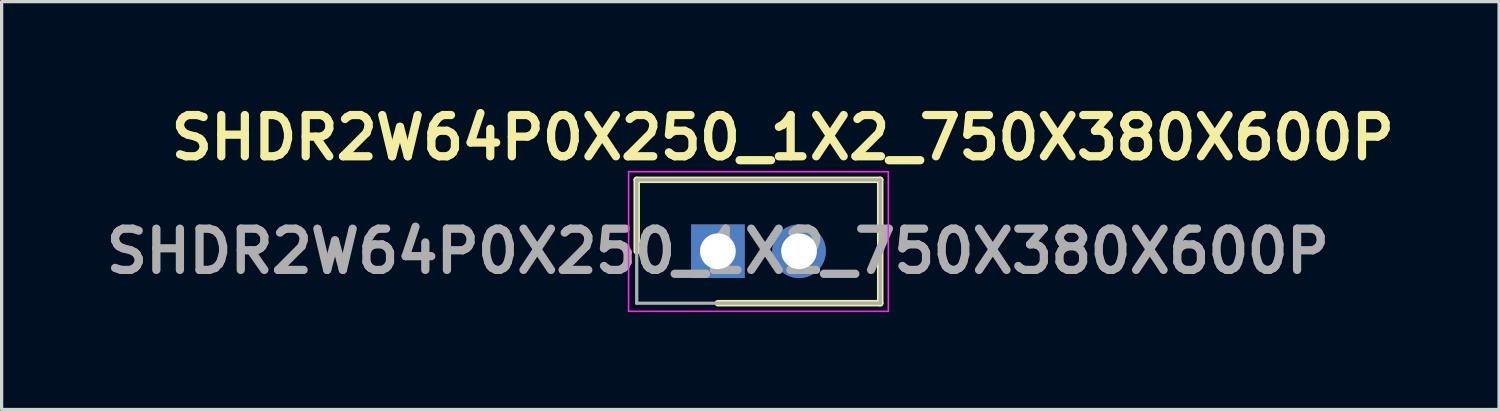
<source format=kicad_pcb>
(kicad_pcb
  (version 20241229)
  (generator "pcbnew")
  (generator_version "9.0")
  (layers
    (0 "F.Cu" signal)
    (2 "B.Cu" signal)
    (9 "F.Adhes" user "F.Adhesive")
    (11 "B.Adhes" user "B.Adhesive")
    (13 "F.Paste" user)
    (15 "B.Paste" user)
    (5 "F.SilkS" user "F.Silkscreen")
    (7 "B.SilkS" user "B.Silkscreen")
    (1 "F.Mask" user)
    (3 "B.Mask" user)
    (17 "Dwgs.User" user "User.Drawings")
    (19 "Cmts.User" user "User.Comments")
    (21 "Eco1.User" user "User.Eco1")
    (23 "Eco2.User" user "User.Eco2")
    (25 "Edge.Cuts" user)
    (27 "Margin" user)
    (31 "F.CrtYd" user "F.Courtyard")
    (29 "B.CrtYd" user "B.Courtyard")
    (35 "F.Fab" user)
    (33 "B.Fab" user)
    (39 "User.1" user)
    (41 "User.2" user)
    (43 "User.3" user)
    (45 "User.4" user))
  (footprint "SHDR2W64P0X250_1X2_750X380X600P"
    (layer "F.Cu")
    (at 19.062 4.689)
    (property "Reference" "SHDR2W64P0X250_1X2_750X380X600P" (at 2 -3.5 0) (layer "F.SilkS") (effects (font (size 1.27 1.27) (thickness 0.254))))
    (attr through_hole)
    (fp_line (start -2.5 -2.2) (end -2.5 0) (stroke (width 0.2) (type solid)) (layer "F.SilkS"))
    (fp_line (start 0 1.6) (end 5 1.6) (stroke (width 0.2) (type solid)) (layer "F.SilkS"))
    (fp_line (start 5 -2.2) (end -2.5 -2.2) (stroke (width 0.2) (type solid)) (layer "F.SilkS"))
    (fp_line (start 5 1.6) (end 5 -2.2) (stroke (width 0.2) (type solid)) (layer "F.SilkS"))
    (fp_line (start -2.75 -2.45) (end 5.25 -2.45) (stroke (width 0.05) (type solid)) (layer "F.CrtYd"))
    (fp_line (start -2.75 1.85) (end -2.75 -2.45) (stroke (width 0.05) (type solid)) (layer "F.CrtYd"))
    (fp_line (start 5.25 -2.45) (end 5.25 1.85) (stroke (width 0.05) (type solid)) (layer "F.CrtYd"))
    (fp_line (start 5.25 1.85) (end -2.75 1.85) (stroke (width 0.05) (type solid)) (layer "F.CrtYd"))
    (fp_line (start -2.5 -2.2) (end 5 -2.2) (stroke (width 0.1) (type solid)) (layer "F.Fab"))
    (fp_line (start -2.5 1.6) (end -2.5 -2.2) (stroke (width 0.1) (type solid)) (layer "F.Fab"))
    (fp_line (start 5 -2.2) (end 5 1.6) (stroke (width 0.1) (type solid)) (layer "F.Fab"))
    (fp_line (start 5 1.6) (end -2.5 1.6) (stroke (width 0.1) (type solid)) (layer "F.Fab"))
    (fp_text user "${REFERENCE}" (at 0 0 0) (layer "F.Fab") (effects (font (size 1.27 1.27) (thickness 0.254))))
    (pad "1" thru_hole rect (at 0 0) (size 1.65 1.65) (drill 1.1) (layers "*.Cu" "*.Mask"))
    (pad "2" thru_hole circle (at 2.5 0) (size 1.65 1.65) (drill 1.1) (layers "*.Cu" "*.Mask")))
  (gr_rect
    (start -3 -3)
    (end 43.124 9.564)
    (stroke (width 0.1) (type default))
    (fill no)
    (layer "Edge.Cuts")))
</source>
